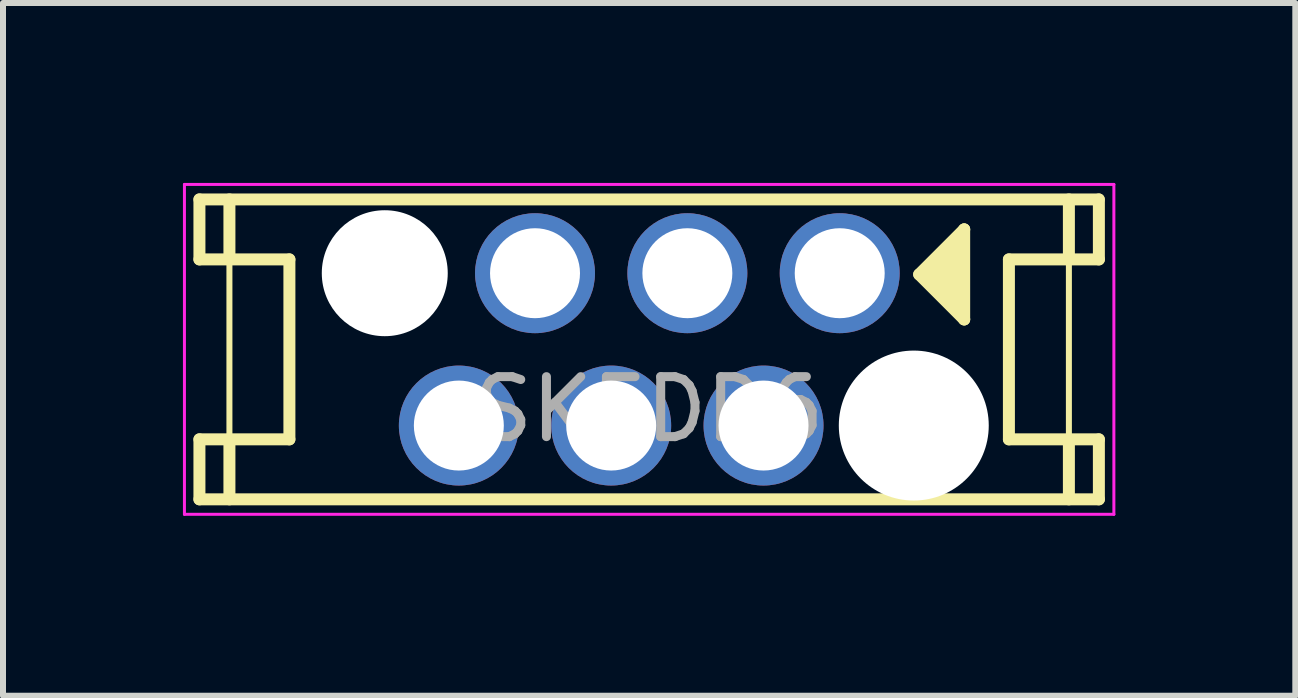
<source format=kicad_pcb>
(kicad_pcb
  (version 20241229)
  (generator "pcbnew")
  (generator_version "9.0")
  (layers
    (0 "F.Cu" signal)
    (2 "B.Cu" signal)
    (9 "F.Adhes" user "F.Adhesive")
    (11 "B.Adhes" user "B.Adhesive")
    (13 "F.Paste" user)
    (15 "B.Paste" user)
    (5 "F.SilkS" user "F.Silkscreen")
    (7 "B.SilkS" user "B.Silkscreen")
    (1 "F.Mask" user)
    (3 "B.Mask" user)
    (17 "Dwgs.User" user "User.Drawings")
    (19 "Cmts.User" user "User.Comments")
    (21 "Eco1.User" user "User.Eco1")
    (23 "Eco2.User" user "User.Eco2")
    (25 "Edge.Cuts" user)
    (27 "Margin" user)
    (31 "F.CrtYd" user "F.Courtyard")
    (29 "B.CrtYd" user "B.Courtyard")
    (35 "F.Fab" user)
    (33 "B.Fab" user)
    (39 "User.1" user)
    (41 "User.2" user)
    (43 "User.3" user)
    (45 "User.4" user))
  (footprint "SKEDD6"
    (layer "F.Cu")
    (at 7.775 2.775)
    (property "Reference" "SKEDD6" (at 0 1 0) (layer "F.Fab") (effects (font (size 1 1) (thickness 0.15))))
    (attr through_hole)
    (fp_line (start -7.5 -2.5) (end 7.493 -2.5) (stroke (width 0.2) (type solid)) (layer "F.SilkS"))
    (fp_line (start -7.5 -1.5) (end -7.5 -2.5) (stroke (width 0.2) (type solid)) (layer "F.SilkS"))
    (fp_line (start -7.5 -1.5) (end -7 -1.5) (stroke (width 0.2) (type solid)) (layer "F.SilkS"))
    (fp_line (start -7.5 1.5) (end -7 1.5) (stroke (width 0.2) (type solid)) (layer "F.SilkS"))
    (fp_line (start -7.5 2.5) (end -7.5 1.5) (stroke (width 0.2) (type solid)) (layer "F.SilkS"))
    (fp_line (start -7 -1.5) (end -7 -2.5) (stroke (width 0.2) (type solid)) (layer "F.SilkS"))
    (fp_line (start -7 -1.5) (end -7 1.5) (stroke (width 0.1) (type solid)) (layer "F.SilkS"))
    (fp_line (start -7 -1.5) (end -6 -1.5) (stroke (width 0.2) (type solid)) (layer "F.SilkS"))
    (fp_line (start -7 1.5) (end -7 2.5) (stroke (width 0.2) (type solid)) (layer "F.SilkS"))
    (fp_line (start -6 -1.5) (end -6 1.5) (stroke (width 0.2) (type solid)) (layer "F.SilkS"))
    (fp_line (start -6 1.5) (end -7 1.5) (stroke (width 0.2) (type solid)) (layer "F.SilkS"))
    (fp_line (start 4.5 -1.25) (end 5.25 -2) (stroke (width 0.2) (type solid)) (layer "F.SilkS"))
    (fp_line (start 4.75 -1.25) (end 5 -1.25) (stroke (width 0.5) (type solid)) (layer "F.SilkS"))
    (fp_line (start 5 -1) (end 5 -1.5) (stroke (width 0.5) (type solid)) (layer "F.SilkS"))
    (fp_line (start 5.25 -2) (end 5 -1.5) (stroke (width 0.2) (type solid)) (layer "F.SilkS"))
    (fp_line (start 5.25 -2) (end 5.25 -0.5) (stroke (width 0.2) (type solid)) (layer "F.SilkS"))
    (fp_line (start 5.25 -0.5) (end 4.5 -1.25) (stroke (width 0.2) (type solid)) (layer "F.SilkS"))
    (fp_line (start 5.25 -0.5) (end 5 -1) (stroke (width 0.2) (type solid)) (layer "F.SilkS"))
    (fp_line (start 5.996 -1.5) (end 6.996 -1.5) (stroke (width 0.2) (type solid)) (layer "F.SilkS"))
    (fp_line (start 5.996 1.5) (end 5.996 -1.5) (stroke (width 0.2) (type solid)) (layer "F.SilkS"))
    (fp_line (start 6.996 -2.5) (end 6.996 -1.5) (stroke (width 0.2) (type solid)) (layer "F.SilkS"))
    (fp_line (start 6.996 -1.5) (end 6.996 1.5) (stroke (width 0.1) (type solid)) (layer "F.SilkS"))
    (fp_line (start 6.996 1.5) (end 5.996 1.5) (stroke (width 0.2) (type solid)) (layer "F.SilkS"))
    (fp_line (start 6.996 1.5) (end 6.996 2.5) (stroke (width 0.2) (type solid)) (layer "F.SilkS"))
    (fp_line (start 7.496 -2.5) (end 7.496 -1.5) (stroke (width 0.2) (type solid)) (layer "F.SilkS"))
    (fp_line (start 7.496 -1.5) (end 6.996 -1.5) (stroke (width 0.2) (type solid)) (layer "F.SilkS"))
    (fp_line (start 7.496 1.5) (end 6.996 1.5) (stroke (width 0.2) (type solid)) (layer "F.SilkS"))
    (fp_line (start 7.496 2.5) (end -7.5 2.5) (stroke (width 0.2) (type solid)) (layer "F.SilkS"))
    (fp_line (start 7.496 2.5) (end 7.496 1.5) (stroke (width 0.2) (type solid)) (layer "F.SilkS"))
    (fp_line (start -7.75 -2.75) (end 7.746 -2.75) (stroke (width 0.05) (type solid)) (layer "F.CrtYd"))
    (fp_line (start -7.75 2.75) (end -7.75 -2.75) (stroke (width 0.05) (type solid)) (layer "F.CrtYd"))
    (fp_line (start -7.75 2.75) (end 7.746 2.75) (stroke (width 0.05) (type solid)) (layer "F.CrtYd"))
    (fp_line (start 7.746 -2.75) (end 7.746 2.75) (stroke (width 0.05) (type solid)) (layer "F.CrtYd"))
    (pad "" np_thru_hole circle (at -4.41 -1.27) (size 2.1 2.1) (drill 2.1) (layers "*.Cu" "*.Mask"))
    (pad "" np_thru_hole circle (at 4.41 1.27) (size 2.5 2.5) (drill 2.5) (layers "*.Cu" "*.Mask"))
    (pad "1" thru_hole circle (at 3.175 -1.27) (size 2 2) (drill 1.5) (layers "*.Cu" "*.Mask"))
    (pad "2" thru_hole circle (at 1.905 1.27) (size 2 2) (drill 1.5) (layers "*.Cu" "*.Mask"))
    (pad "3" thru_hole circle (at 0.635 -1.27) (size 2 2) (drill 1.5) (layers "*.Cu" "*.Mask"))
    (pad "4" thru_hole circle (at -0.635 1.27) (size 2 2) (drill 1.5) (layers "*.Cu" "*.Mask"))
    (pad "5" thru_hole circle (at -1.905 -1.27) (size 2 2) (drill 1.5) (layers "*.Cu" "*.Mask"))
    (pad "6" thru_hole circle (at -3.175 1.27) (size 2 2) (drill 1.5) (layers "*.Cu" "*.Mask")))
  (gr_rect
    (start -3 -3)
    (end 18.546 8.55)
    (stroke (width 0.1) (type default))
    (fill no)
    (layer "Edge.Cuts")))
</source>
